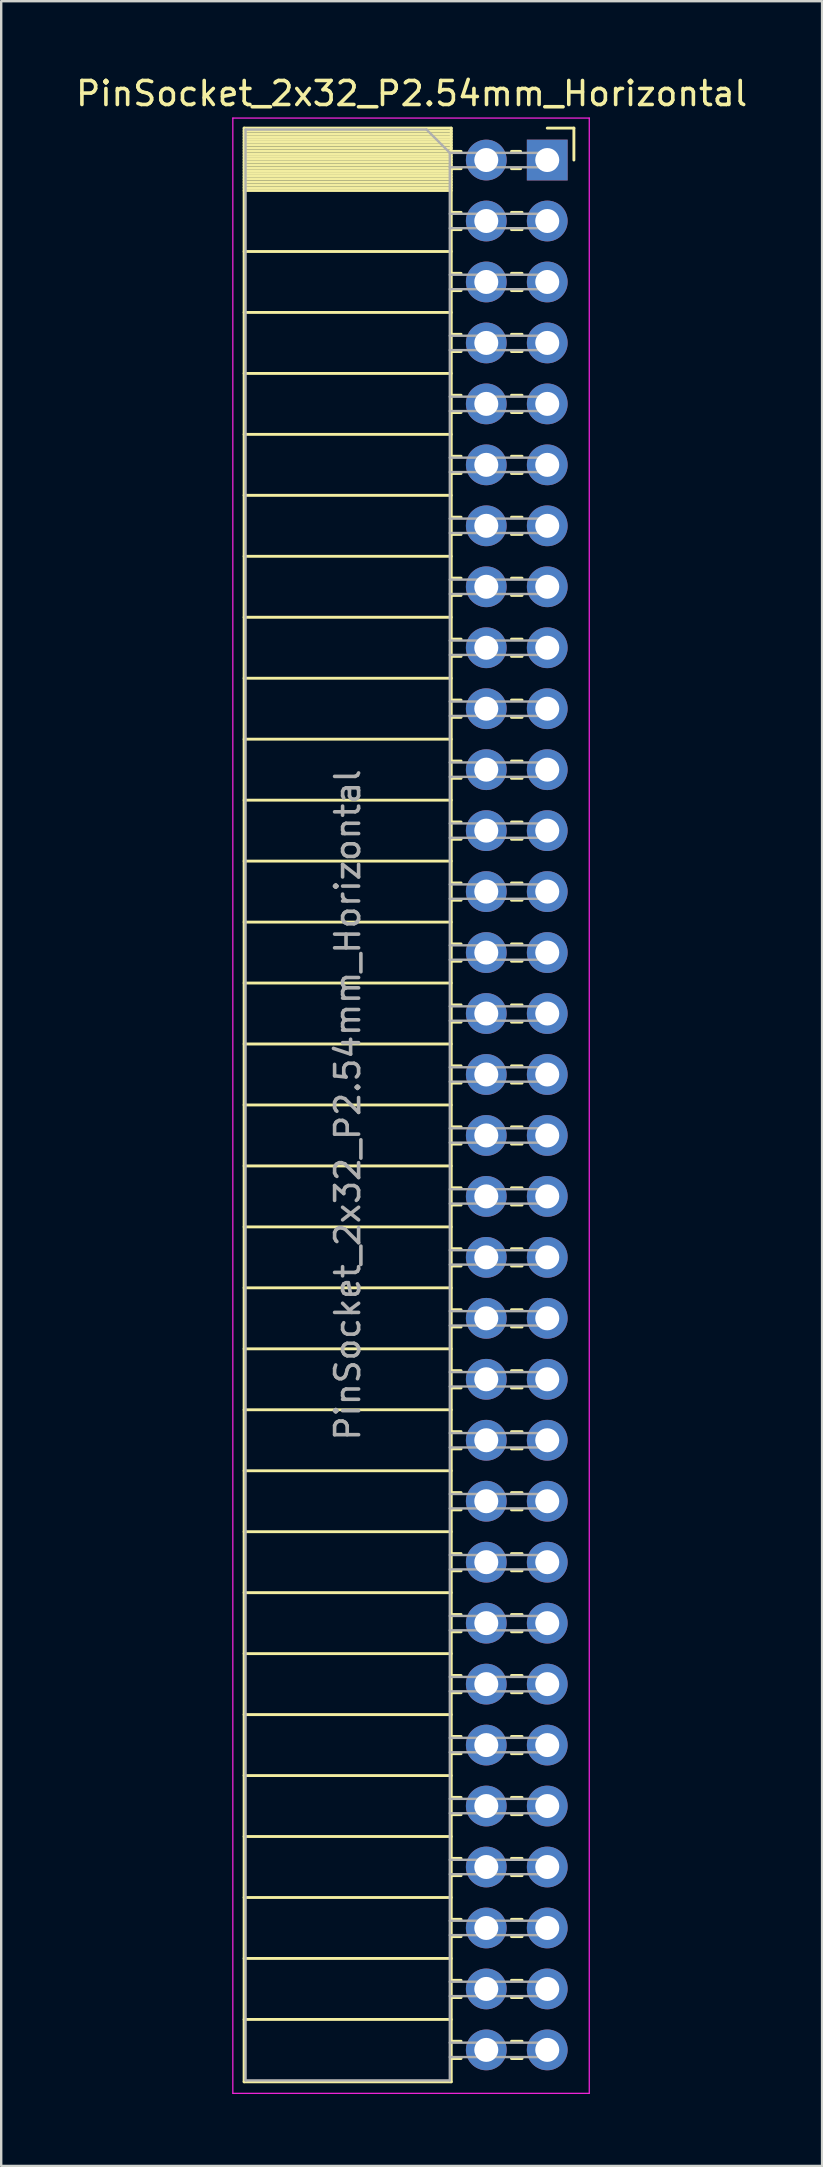
<source format=kicad_pcb>
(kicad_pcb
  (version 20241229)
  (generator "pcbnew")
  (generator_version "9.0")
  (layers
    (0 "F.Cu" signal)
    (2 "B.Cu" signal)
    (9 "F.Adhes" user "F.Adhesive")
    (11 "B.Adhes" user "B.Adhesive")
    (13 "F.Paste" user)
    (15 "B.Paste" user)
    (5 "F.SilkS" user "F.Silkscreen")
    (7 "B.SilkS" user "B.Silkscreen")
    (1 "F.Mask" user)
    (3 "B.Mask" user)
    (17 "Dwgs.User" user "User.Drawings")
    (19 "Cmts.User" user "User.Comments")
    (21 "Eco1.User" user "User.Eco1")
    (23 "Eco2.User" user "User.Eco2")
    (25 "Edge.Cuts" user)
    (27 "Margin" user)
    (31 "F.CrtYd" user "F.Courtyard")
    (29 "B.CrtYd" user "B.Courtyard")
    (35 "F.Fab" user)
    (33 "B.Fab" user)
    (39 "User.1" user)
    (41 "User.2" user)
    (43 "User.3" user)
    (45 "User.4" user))
  (footprint "PinSocket_2x32_P2.54mm_Horizontal"
    (layer "F.Cu")
    (at 19.751 3.618)
    (property "Reference" "PinSocket_2x32_P2.54mm_Horizontal" (at -5.65 -2.77 0) (layer "F.SilkS") (effects (font (size 1 1) (thickness 0.15))))
    (attr through_hole)
    (fp_line (start -12.63 -1.33) (end -12.63 80.07) (stroke (width 0.12) (type solid)) (layer "F.SilkS"))
    (fp_line (start -12.63 -1.33) (end -4 -1.33) (stroke (width 0.12) (type solid)) (layer "F.SilkS"))
    (fp_line (start -12.63 -1.21) (end -4 -1.21) (stroke (width 0.12) (type solid)) (layer "F.SilkS"))
    (fp_line (start -12.63 -1.092) (end -4 -1.092) (stroke (width 0.12) (type solid)) (layer "F.SilkS"))
    (fp_line (start -12.63 -0.974) (end -4 -0.974) (stroke (width 0.12) (type solid)) (layer "F.SilkS"))
    (fp_line (start -12.63 -0.856) (end -4 -0.856) (stroke (width 0.12) (type solid)) (layer "F.SilkS"))
    (fp_line (start -12.63 -0.738) (end -4 -0.738) (stroke (width 0.12) (type solid)) (layer "F.SilkS"))
    (fp_line (start -12.63 -0.62) (end -4 -0.62) (stroke (width 0.12) (type solid)) (layer "F.SilkS"))
    (fp_line (start -12.63 -0.501) (end -4 -0.501) (stroke (width 0.12) (type solid)) (layer "F.SilkS"))
    (fp_line (start -12.63 -0.383) (end -4 -0.383) (stroke (width 0.12) (type solid)) (layer "F.SilkS"))
    (fp_line (start -12.63 -0.265) (end -4 -0.265) (stroke (width 0.12) (type solid)) (layer "F.SilkS"))
    (fp_line (start -12.63 -0.147) (end -4 -0.147) (stroke (width 0.12) (type solid)) (layer "F.SilkS"))
    (fp_line (start -12.63 -0.029) (end -4 -0.029) (stroke (width 0.12) (type solid)) (layer "F.SilkS"))
    (fp_line (start -12.63 0.089) (end -4 0.089) (stroke (width 0.12) (type solid)) (layer "F.SilkS"))
    (fp_line (start -12.63 0.207) (end -4 0.207) (stroke (width 0.12) (type solid)) (layer "F.SilkS"))
    (fp_line (start -12.63 0.325) (end -4 0.325) (stroke (width 0.12) (type solid)) (layer "F.SilkS"))
    (fp_line (start -12.63 0.443) (end -4 0.443) (stroke (width 0.12) (type solid)) (layer "F.SilkS"))
    (fp_line (start -12.63 0.561) (end -4 0.561) (stroke (width 0.12) (type solid)) (layer "F.SilkS"))
    (fp_line (start -12.63 0.68) (end -4 0.68) (stroke (width 0.12) (type solid)) (layer "F.SilkS"))
    (fp_line (start -12.63 0.798) (end -4 0.798) (stroke (width 0.12) (type solid)) (layer "F.SilkS"))
    (fp_line (start -12.63 0.916) (end -4 0.916) (stroke (width 0.12) (type solid)) (layer "F.SilkS"))
    (fp_line (start -12.63 1.034) (end -4 1.034) (stroke (width 0.12) (type solid)) (layer "F.SilkS"))
    (fp_line (start -12.63 1.152) (end -4 1.152) (stroke (width 0.12) (type solid)) (layer "F.SilkS"))
    (fp_line (start -12.63 1.27) (end -4 1.27) (stroke (width 0.12) (type solid)) (layer "F.SilkS"))
    (fp_line (start -12.63 3.81) (end -4 3.81) (stroke (width 0.12) (type solid)) (layer "F.SilkS"))
    (fp_line (start -12.63 6.35) (end -4 6.35) (stroke (width 0.12) (type solid)) (layer "F.SilkS"))
    (fp_line (start -12.63 8.89) (end -4 8.89) (stroke (width 0.12) (type solid)) (layer "F.SilkS"))
    (fp_line (start -12.63 11.43) (end -4 11.43) (stroke (width 0.12) (type solid)) (layer "F.SilkS"))
    (fp_line (start -12.63 13.97) (end -4 13.97) (stroke (width 0.12) (type solid)) (layer "F.SilkS"))
    (fp_line (start -12.63 16.51) (end -4 16.51) (stroke (width 0.12) (type solid)) (layer "F.SilkS"))
    (fp_line (start -12.63 19.05) (end -4 19.05) (stroke (width 0.12) (type solid)) (layer "F.SilkS"))
    (fp_line (start -12.63 21.59) (end -4 21.59) (stroke (width 0.12) (type solid)) (layer "F.SilkS"))
    (fp_line (start -12.63 24.13) (end -4 24.13) (stroke (width 0.12) (type solid)) (layer "F.SilkS"))
    (fp_line (start -12.63 26.67) (end -4 26.67) (stroke (width 0.12) (type solid)) (layer "F.SilkS"))
    (fp_line (start -12.63 29.21) (end -4 29.21) (stroke (width 0.12) (type solid)) (layer "F.SilkS"))
    (fp_line (start -12.63 31.75) (end -4 31.75) (stroke (width 0.12) (type solid)) (layer "F.SilkS"))
    (fp_line (start -12.63 34.29) (end -4 34.29) (stroke (width 0.12) (type solid)) (layer "F.SilkS"))
    (fp_line (start -12.63 36.83) (end -4 36.83) (stroke (width 0.12) (type solid)) (layer "F.SilkS"))
    (fp_line (start -12.63 39.37) (end -4 39.37) (stroke (width 0.12) (type solid)) (layer "F.SilkS"))
    (fp_line (start -12.63 41.91) (end -4 41.91) (stroke (width 0.12) (type solid)) (layer "F.SilkS"))
    (fp_line (start -12.63 44.45) (end -4 44.45) (stroke (width 0.12) (type solid)) (layer "F.SilkS"))
    (fp_line (start -12.63 46.99) (end -4 46.99) (stroke (width 0.12) (type solid)) (layer "F.SilkS"))
    (fp_line (start -12.63 49.53) (end -4 49.53) (stroke (width 0.12) (type solid)) (layer "F.SilkS"))
    (fp_line (start -12.63 52.07) (end -4 52.07) (stroke (width 0.12) (type solid)) (layer "F.SilkS"))
    (fp_line (start -12.63 54.61) (end -4 54.61) (stroke (width 0.12) (type solid)) (layer "F.SilkS"))
    (fp_line (start -12.63 57.15) (end -4 57.15) (stroke (width 0.12) (type solid)) (layer "F.SilkS"))
    (fp_line (start -12.63 59.69) (end -4 59.69) (stroke (width 0.12) (type solid)) (layer "F.SilkS"))
    (fp_line (start -12.63 62.23) (end -4 62.23) (stroke (width 0.12) (type solid)) (layer "F.SilkS"))
    (fp_line (start -12.63 64.77) (end -4 64.77) (stroke (width 0.12) (type solid)) (layer "F.SilkS"))
    (fp_line (start -12.63 67.31) (end -4 67.31) (stroke (width 0.12) (type solid)) (layer "F.SilkS"))
    (fp_line (start -12.63 69.85) (end -4 69.85) (stroke (width 0.12) (type solid)) (layer "F.SilkS"))
    (fp_line (start -12.63 72.39) (end -4 72.39) (stroke (width 0.12) (type solid)) (layer "F.SilkS"))
    (fp_line (start -12.63 74.93) (end -4 74.93) (stroke (width 0.12) (type solid)) (layer "F.SilkS"))
    (fp_line (start -12.63 77.47) (end -4 77.47) (stroke (width 0.12) (type solid)) (layer "F.SilkS"))
    (fp_line (start -12.63 80.07) (end -4 80.07) (stroke (width 0.12) (type solid)) (layer "F.SilkS"))
    (fp_line (start -4 -1.33) (end -4 80.07) (stroke (width 0.12) (type solid)) (layer "F.SilkS"))
    (fp_line (start -4 -0.36) (end -3.59 -0.36) (stroke (width 0.12) (type solid)) (layer "F.SilkS"))
    (fp_line (start -4 0.36) (end -3.59 0.36) (stroke (width 0.12) (type solid)) (layer "F.SilkS"))
    (fp_line (start -4 2.18) (end -3.59 2.18) (stroke (width 0.12) (type solid)) (layer "F.SilkS"))
    (fp_line (start -4 2.9) (end -3.59 2.9) (stroke (width 0.12) (type solid)) (layer "F.SilkS"))
    (fp_line (start -4 4.72) (end -3.59 4.72) (stroke (width 0.12) (type solid)) (layer "F.SilkS"))
    (fp_line (start -4 5.44) (end -3.59 5.44) (stroke (width 0.12) (type solid)) (layer "F.SilkS"))
    (fp_line (start -4 7.26) (end -3.59 7.26) (stroke (width 0.12) (type solid)) (layer "F.SilkS"))
    (fp_line (start -4 7.98) (end -3.59 7.98) (stroke (width 0.12) (type solid)) (layer "F.SilkS"))
    (fp_line (start -4 9.8) (end -3.59 9.8) (stroke (width 0.12) (type solid)) (layer "F.SilkS"))
    (fp_line (start -4 10.52) (end -3.59 10.52) (stroke (width 0.12) (type solid)) (layer "F.SilkS"))
    (fp_line (start -4 12.34) (end -3.59 12.34) (stroke (width 0.12) (type solid)) (layer "F.SilkS"))
    (fp_line (start -4 13.06) (end -3.59 13.06) (stroke (width 0.12) (type solid)) (layer "F.SilkS"))
    (fp_line (start -4 14.88) (end -3.59 14.88) (stroke (width 0.12) (type solid)) (layer "F.SilkS"))
    (fp_line (start -4 15.6) (end -3.59 15.6) (stroke (width 0.12) (type solid)) (layer "F.SilkS"))
    (fp_line (start -4 17.42) (end -3.59 17.42) (stroke (width 0.12) (type solid)) (layer "F.SilkS"))
    (fp_line (start -4 18.14) (end -3.59 18.14) (stroke (width 0.12) (type solid)) (layer "F.SilkS"))
    (fp_line (start -4 19.96) (end -3.59 19.96) (stroke (width 0.12) (type solid)) (layer "F.SilkS"))
    (fp_line (start -4 20.68) (end -3.59 20.68) (stroke (width 0.12) (type solid)) (layer "F.SilkS"))
    (fp_line (start -4 22.5) (end -3.59 22.5) (stroke (width 0.12) (type solid)) (layer "F.SilkS"))
    (fp_line (start -4 23.22) (end -3.59 23.22) (stroke (width 0.12) (type solid)) (layer "F.SilkS"))
    (fp_line (start -4 25.04) (end -3.59 25.04) (stroke (width 0.12) (type solid)) (layer "F.SilkS"))
    (fp_line (start -4 25.76) (end -3.59 25.76) (stroke (width 0.12) (type solid)) (layer "F.SilkS"))
    (fp_line (start -4 27.58) (end -3.59 27.58) (stroke (width 0.12) (type solid)) (layer "F.SilkS"))
    (fp_line (start -4 28.3) (end -3.59 28.3) (stroke (width 0.12) (type solid)) (layer "F.SilkS"))
    (fp_line (start -4 30.12) (end -3.59 30.12) (stroke (width 0.12) (type solid)) (layer "F.SilkS"))
    (fp_line (start -4 30.84) (end -3.59 30.84) (stroke (width 0.12) (type solid)) (layer "F.SilkS"))
    (fp_line (start -4 32.66) (end -3.59 32.66) (stroke (width 0.12) (type solid)) (layer "F.SilkS"))
    (fp_line (start -4 33.38) (end -3.59 33.38) (stroke (width 0.12) (type solid)) (layer "F.SilkS"))
    (fp_line (start -4 35.2) (end -3.59 35.2) (stroke (width 0.12) (type solid)) (layer "F.SilkS"))
    (fp_line (start -4 35.92) (end -3.59 35.92) (stroke (width 0.12) (type solid)) (layer "F.SilkS"))
    (fp_line (start -4 37.74) (end -3.59 37.74) (stroke (width 0.12) (type solid)) (layer "F.SilkS"))
    (fp_line (start -4 38.46) (end -3.59 38.46) (stroke (width 0.12) (type solid)) (layer "F.SilkS"))
    (fp_line (start -4 40.28) (end -3.59 40.28) (stroke (width 0.12) (type solid)) (layer "F.SilkS"))
    (fp_line (start -4 41) (end -3.59 41) (stroke (width 0.12) (type solid)) (layer "F.SilkS"))
    (fp_line (start -4 42.82) (end -3.59 42.82) (stroke (width 0.12) (type solid)) (layer "F.SilkS"))
    (fp_line (start -4 43.54) (end -3.59 43.54) (stroke (width 0.12) (type solid)) (layer "F.SilkS"))
    (fp_line (start -4 45.36) (end -3.59 45.36) (stroke (width 0.12) (type solid)) (layer "F.SilkS"))
    (fp_line (start -4 46.08) (end -3.59 46.08) (stroke (width 0.12) (type solid)) (layer "F.SilkS"))
    (fp_line (start -4 47.9) (end -3.59 47.9) (stroke (width 0.12) (type solid)) (layer "F.SilkS"))
    (fp_line (start -4 48.62) (end -3.59 48.62) (stroke (width 0.12) (type solid)) (layer "F.SilkS"))
    (fp_line (start -4 50.44) (end -3.59 50.44) (stroke (width 0.12) (type solid)) (layer "F.SilkS"))
    (fp_line (start -4 51.16) (end -3.59 51.16) (stroke (width 0.12) (type solid)) (layer "F.SilkS"))
    (fp_line (start -4 52.98) (end -3.59 52.98) (stroke (width 0.12) (type solid)) (layer "F.SilkS"))
    (fp_line (start -4 53.7) (end -3.59 53.7) (stroke (width 0.12) (type solid)) (layer "F.SilkS"))
    (fp_line (start -4 55.52) (end -3.59 55.52) (stroke (width 0.12) (type solid)) (layer "F.SilkS"))
    (fp_line (start -4 56.24) (end -3.59 56.24) (stroke (width 0.12) (type solid)) (layer "F.SilkS"))
    (fp_line (start -4 58.06) (end -3.59 58.06) (stroke (width 0.12) (type solid)) (layer "F.SilkS"))
    (fp_line (start -4 58.78) (end -3.59 58.78) (stroke (width 0.12) (type solid)) (layer "F.SilkS"))
    (fp_line (start -4 60.6) (end -3.59 60.6) (stroke (width 0.12) (type solid)) (layer "F.SilkS"))
    (fp_line (start -4 61.32) (end -3.59 61.32) (stroke (width 0.12) (type solid)) (layer "F.SilkS"))
    (fp_line (start -4 63.14) (end -3.59 63.14) (stroke (width 0.12) (type solid)) (layer "F.SilkS"))
    (fp_line (start -4 63.86) (end -3.59 63.86) (stroke (width 0.12) (type solid)) (layer "F.SilkS"))
    (fp_line (start -4 65.68) (end -3.59 65.68) (stroke (width 0.12) (type solid)) (layer "F.SilkS"))
    (fp_line (start -4 66.4) (end -3.59 66.4) (stroke (width 0.12) (type solid)) (layer "F.SilkS"))
    (fp_line (start -4 68.22) (end -3.59 68.22) (stroke (width 0.12) (type solid)) (layer "F.SilkS"))
    (fp_line (start -4 68.94) (end -3.59 68.94) (stroke (width 0.12) (type solid)) (layer "F.SilkS"))
    (fp_line (start -4 70.76) (end -3.59 70.76) (stroke (width 0.12) (type solid)) (layer "F.SilkS"))
    (fp_line (start -4 71.48) (end -3.59 71.48) (stroke (width 0.12) (type solid)) (layer "F.SilkS"))
    (fp_line (start -4 73.3) (end -3.59 73.3) (stroke (width 0.12) (type solid)) (layer "F.SilkS"))
    (fp_line (start -4 74.02) (end -3.59 74.02) (stroke (width 0.12) (type solid)) (layer "F.SilkS"))
    (fp_line (start -4 75.84) (end -3.59 75.84) (stroke (width 0.12) (type solid)) (layer "F.SilkS"))
    (fp_line (start -4 76.56) (end -3.59 76.56) (stroke (width 0.12) (type solid)) (layer "F.SilkS"))
    (fp_line (start -4 78.38) (end -3.59 78.38) (stroke (width 0.12) (type solid)) (layer "F.SilkS"))
    (fp_line (start -4 79.1) (end -3.59 79.1) (stroke (width 0.12) (type solid)) (layer "F.SilkS"))
    (fp_line (start -1.49 -0.36) (end -1.11 -0.36) (stroke (width 0.12) (type solid)) (layer "F.SilkS"))
    (fp_line (start -1.49 0.36) (end -1.11 0.36) (stroke (width 0.12) (type solid)) (layer "F.SilkS"))
    (fp_line (start -1.49 2.18) (end -1.05 2.18) (stroke (width 0.12) (type solid)) (layer "F.SilkS"))
    (fp_line (start -1.49 2.9) (end -1.05 2.9) (stroke (width 0.12) (type solid)) (layer "F.SilkS"))
    (fp_line (start -1.49 4.72) (end -1.05 4.72) (stroke (width 0.12) (type solid)) (layer "F.SilkS"))
    (fp_line (start -1.49 5.44) (end -1.05 5.44) (stroke (width 0.12) (type solid)) (layer "F.SilkS"))
    (fp_line (start -1.49 7.26) (end -1.05 7.26) (stroke (width 0.12) (type solid)) (layer "F.SilkS"))
    (fp_line (start -1.49 7.98) (end -1.05 7.98) (stroke (width 0.12) (type solid)) (layer "F.SilkS"))
    (fp_line (start -1.49 9.8) (end -1.05 9.8) (stroke (width 0.12) (type solid)) (layer "F.SilkS"))
    (fp_line (start -1.49 10.52) (end -1.05 10.52) (stroke (width 0.12) (type solid)) (layer "F.SilkS"))
    (fp_line (start -1.49 12.34) (end -1.05 12.34) (stroke (width 0.12) (type solid)) (layer "F.SilkS"))
    (fp_line (start -1.49 13.06) (end -1.05 13.06) (stroke (width 0.12) (type solid)) (layer "F.SilkS"))
    (fp_line (start -1.49 14.88) (end -1.05 14.88) (stroke (width 0.12) (type solid)) (layer "F.SilkS"))
    (fp_line (start -1.49 15.6) (end -1.05 15.6) (stroke (width 0.12) (type solid)) (layer "F.SilkS"))
    (fp_line (start -1.49 17.42) (end -1.05 17.42) (stroke (width 0.12) (type solid)) (layer "F.SilkS"))
    (fp_line (start -1.49 18.14) (end -1.05 18.14) (stroke (width 0.12) (type solid)) (layer "F.SilkS"))
    (fp_line (start -1.49 19.96) (end -1.05 19.96) (stroke (width 0.12) (type solid)) (layer "F.SilkS"))
    (fp_line (start -1.49 20.68) (end -1.05 20.68) (stroke (width 0.12) (type solid)) (layer "F.SilkS"))
    (fp_line (start -1.49 22.5) (end -1.05 22.5) (stroke (width 0.12) (type solid)) (layer "F.SilkS"))
    (fp_line (start -1.49 23.22) (end -1.05 23.22) (stroke (width 0.12) (type solid)) (layer "F.SilkS"))
    (fp_line (start -1.49 25.04) (end -1.05 25.04) (stroke (width 0.12) (type solid)) (layer "F.SilkS"))
    (fp_line (start -1.49 25.76) (end -1.05 25.76) (stroke (width 0.12) (type solid)) (layer "F.SilkS"))
    (fp_line (start -1.49 27.58) (end -1.05 27.58) (stroke (width 0.12) (type solid)) (layer "F.SilkS"))
    (fp_line (start -1.49 28.3) (end -1.05 28.3) (stroke (width 0.12) (type solid)) (layer "F.SilkS"))
    (fp_line (start -1.49 30.12) (end -1.05 30.12) (stroke (width 0.12) (type solid)) (layer "F.SilkS"))
    (fp_line (start -1.49 30.84) (end -1.05 30.84) (stroke (width 0.12) (type solid)) (layer "F.SilkS"))
    (fp_line (start -1.49 32.66) (end -1.05 32.66) (stroke (width 0.12) (type solid)) (layer "F.SilkS"))
    (fp_line (start -1.49 33.38) (end -1.05 33.38) (stroke (width 0.12) (type solid)) (layer "F.SilkS"))
    (fp_line (start -1.49 35.2) (end -1.05 35.2) (stroke (width 0.12) (type solid)) (layer "F.SilkS"))
    (fp_line (start -1.49 35.92) (end -1.05 35.92) (stroke (width 0.12) (type solid)) (layer "F.SilkS"))
    (fp_line (start -1.49 37.74) (end -1.05 37.74) (stroke (width 0.12) (type solid)) (layer "F.SilkS"))
    (fp_line (start -1.49 38.46) (end -1.05 38.46) (stroke (width 0.12) (type solid)) (layer "F.SilkS"))
    (fp_line (start -1.49 40.28) (end -1.05 40.28) (stroke (width 0.12) (type solid)) (layer "F.SilkS"))
    (fp_line (start -1.49 41) (end -1.05 41) (stroke (width 0.12) (type solid)) (layer "F.SilkS"))
    (fp_line (start -1.49 42.82) (end -1.05 42.82) (stroke (width 0.12) (type solid)) (layer "F.SilkS"))
    (fp_line (start -1.49 43.54) (end -1.05 43.54) (stroke (width 0.12) (type solid)) (layer "F.SilkS"))
    (fp_line (start -1.49 45.36) (end -1.05 45.36) (stroke (width 0.12) (type solid)) (layer "F.SilkS"))
    (fp_line (start -1.49 46.08) (end -1.05 46.08) (stroke (width 0.12) (type solid)) (layer "F.SilkS"))
    (fp_line (start -1.49 47.9) (end -1.05 47.9) (stroke (width 0.12) (type solid)) (layer "F.SilkS"))
    (fp_line (start -1.49 48.62) (end -1.05 48.62) (stroke (width 0.12) (type solid)) (layer "F.SilkS"))
    (fp_line (start -1.49 50.44) (end -1.05 50.44) (stroke (width 0.12) (type solid)) (layer "F.SilkS"))
    (fp_line (start -1.49 51.16) (end -1.05 51.16) (stroke (width 0.12) (type solid)) (layer "F.SilkS"))
    (fp_line (start -1.49 52.98) (end -1.05 52.98) (stroke (width 0.12) (type solid)) (layer "F.SilkS"))
    (fp_line (start -1.49 53.7) (end -1.05 53.7) (stroke (width 0.12) (type solid)) (layer "F.SilkS"))
    (fp_line (start -1.49 55.52) (end -1.05 55.52) (stroke (width 0.12) (type solid)) (layer "F.SilkS"))
    (fp_line (start -1.49 56.24) (end -1.05 56.24) (stroke (width 0.12) (type solid)) (layer "F.SilkS"))
    (fp_line (start -1.49 58.06) (end -1.05 58.06) (stroke (width 0.12) (type solid)) (layer "F.SilkS"))
    (fp_line (start -1.49 58.78) (end -1.05 58.78) (stroke (width 0.12) (type solid)) (layer "F.SilkS"))
    (fp_line (start -1.49 60.6) (end -1.05 60.6) (stroke (width 0.12) (type solid)) (layer "F.SilkS"))
    (fp_line (start -1.49 61.32) (end -1.05 61.32) (stroke (width 0.12) (type solid)) (layer "F.SilkS"))
    (fp_line (start -1.49 63.14) (end -1.05 63.14) (stroke (width 0.12) (type solid)) (layer "F.SilkS"))
    (fp_line (start -1.49 63.86) (end -1.05 63.86) (stroke (width 0.12) (type solid)) (layer "F.SilkS"))
    (fp_line (start -1.49 65.68) (end -1.05 65.68) (stroke (width 0.12) (type solid)) (layer "F.SilkS"))
    (fp_line (start -1.49 66.4) (end -1.05 66.4) (stroke (width 0.12) (type solid)) (layer "F.SilkS"))
    (fp_line (start -1.49 68.22) (end -1.05 68.22) (stroke (width 0.12) (type solid)) (layer "F.SilkS"))
    (fp_line (start -1.49 68.94) (end -1.05 68.94) (stroke (width 0.12) (type solid)) (layer "F.SilkS"))
    (fp_line (start -1.49 70.76) (end -1.05 70.76) (stroke (width 0.12) (type solid)) (layer "F.SilkS"))
    (fp_line (start -1.49 71.48) (end -1.05 71.48) (stroke (width 0.12) (type solid)) (layer "F.SilkS"))
    (fp_line (start -1.49 73.3) (end -1.05 73.3) (stroke (width 0.12) (type solid)) (layer "F.SilkS"))
    (fp_line (start -1.49 74.02) (end -1.05 74.02) (stroke (width 0.12) (type solid)) (layer "F.SilkS"))
    (fp_line (start -1.49 75.84) (end -1.05 75.84) (stroke (width 0.12) (type solid)) (layer "F.SilkS"))
    (fp_line (start -1.49 76.56) (end -1.05 76.56) (stroke (width 0.12) (type solid)) (layer "F.SilkS"))
    (fp_line (start -1.49 78.38) (end -1.05 78.38) (stroke (width 0.12) (type solid)) (layer "F.SilkS"))
    (fp_line (start -1.49 79.1) (end -1.05 79.1) (stroke (width 0.12) (type solid)) (layer "F.SilkS"))
    (fp_line (start 0 -1.33) (end 1.11 -1.33) (stroke (width 0.12) (type solid)) (layer "F.SilkS"))
    (fp_line (start 1.11 -1.33) (end 1.11 0) (stroke (width 0.12) (type solid)) (layer "F.SilkS"))
    (fp_line (start -13.1 -1.75) (end -13.1 80.55) (stroke (width 0.05) (type solid)) (layer "F.CrtYd"))
    (fp_line (start -13.1 80.55) (end 1.75 80.55) (stroke (width 0.05) (type solid)) (layer "F.CrtYd"))
    (fp_line (start 1.75 -1.75) (end -13.1 -1.75) (stroke (width 0.05) (type solid)) (layer "F.CrtYd"))
    (fp_line (start 1.75 80.55) (end 1.75 -1.75) (stroke (width 0.05) (type solid)) (layer "F.CrtYd"))
    (fp_line (start -12.57 -1.27) (end -5.03 -1.27) (stroke (width 0.1) (type solid)) (layer "F.Fab"))
    (fp_line (start -12.57 80.01) (end -12.57 -1.27) (stroke (width 0.1) (type solid)) (layer "F.Fab"))
    (fp_line (start -5.03 -1.27) (end -4.06 -0.3) (stroke (width 0.1) (type solid)) (layer "F.Fab"))
    (fp_line (start -4.06 -0.3) (end -4.06 80.01) (stroke (width 0.1) (type solid)) (layer "F.Fab"))
    (fp_line (start -4.06 0.3) (end 0 0.3) (stroke (width 0.1) (type solid)) (layer "F.Fab"))
    (fp_line (start -4.06 2.84) (end 0 2.84) (stroke (width 0.1) (type solid)) (layer "F.Fab"))
    (fp_line (start -4.06 5.38) (end 0 5.38) (stroke (width 0.1) (type solid)) (layer "F.Fab"))
    (fp_line (start -4.06 7.92) (end 0 7.92) (stroke (width 0.1) (type solid)) (layer "F.Fab"))
    (fp_line (start -4.06 10.46) (end 0 10.46) (stroke (width 0.1) (type solid)) (layer "F.Fab"))
    (fp_line (start -4.06 13) (end 0 13) (stroke (width 0.1) (type solid)) (layer "F.Fab"))
    (fp_line (start -4.06 15.54) (end 0 15.54) (stroke (width 0.1) (type solid)) (layer "F.Fab"))
    (fp_line (start -4.06 18.08) (end 0 18.08) (stroke (width 0.1) (type solid)) (layer "F.Fab"))
    (fp_line (start -4.06 20.62) (end 0 20.62) (stroke (width 0.1) (type solid)) (layer "F.Fab"))
    (fp_line (start -4.06 23.16) (end 0 23.16) (stroke (width 0.1) (type solid)) (layer "F.Fab"))
    (fp_line (start -4.06 25.7) (end 0 25.7) (stroke (width 0.1) (type solid)) (layer "F.Fab"))
    (fp_line (start -4.06 28.24) (end 0 28.24) (stroke (width 0.1) (type solid)) (layer "F.Fab"))
    (fp_line (start -4.06 30.78) (end 0 30.78) (stroke (width 0.1) (type solid)) (layer "F.Fab"))
    (fp_line (start -4.06 33.32) (end 0 33.32) (stroke (width 0.1) (type solid)) (layer "F.Fab"))
    (fp_line (start -4.06 35.86) (end 0 35.86) (stroke (width 0.1) (type solid)) (layer "F.Fab"))
    (fp_line (start -4.06 38.4) (end 0 38.4) (stroke (width 0.1) (type solid)) (layer "F.Fab"))
    (fp_line (start -4.06 40.94) (end 0 40.94) (stroke (width 0.1) (type solid)) (layer "F.Fab"))
    (fp_line (start -4.06 43.48) (end 0 43.48) (stroke (width 0.1) (type solid)) (layer "F.Fab"))
    (fp_line (start -4.06 46.02) (end 0 46.02) (stroke (width 0.1) (type solid)) (layer "F.Fab"))
    (fp_line (start -4.06 48.56) (end 0 48.56) (stroke (width 0.1) (type solid)) (layer "F.Fab"))
    (fp_line (start -4.06 51.1) (end 0 51.1) (stroke (width 0.1) (type solid)) (layer "F.Fab"))
    (fp_line (start -4.06 53.64) (end 0 53.64) (stroke (width 0.1) (type solid)) (layer "F.Fab"))
    (fp_line (start -4.06 56.18) (end 0 56.18) (stroke (width 0.1) (type solid)) (layer "F.Fab"))
    (fp_line (start -4.06 58.72) (end 0 58.72) (stroke (width 0.1) (type solid)) (layer "F.Fab"))
    (fp_line (start -4.06 61.26) (end 0 61.26) (stroke (width 0.1) (type solid)) (layer "F.Fab"))
    (fp_line (start -4.06 63.8) (end 0 63.8) (stroke (width 0.1) (type solid)) (layer "F.Fab"))
    (fp_line (start -4.06 66.34) (end 0 66.34) (stroke (width 0.1) (type solid)) (layer "F.Fab"))
    (fp_line (start -4.06 68.88) (end 0 68.88) (stroke (width 0.1) (type solid)) (layer "F.Fab"))
    (fp_line (start -4.06 71.42) (end 0 71.42) (stroke (width 0.1) (type solid)) (layer "F.Fab"))
    (fp_line (start -4.06 73.96) (end 0 73.96) (stroke (width 0.1) (type solid)) (layer "F.Fab"))
    (fp_line (start -4.06 76.5) (end 0 76.5) (stroke (width 0.1) (type solid)) (layer "F.Fab"))
    (fp_line (start -4.06 79.04) (end 0 79.04) (stroke (width 0.1) (type solid)) (layer "F.Fab"))
    (fp_line (start -4.06 80.01) (end -12.57 80.01) (stroke (width 0.1) (type solid)) (layer "F.Fab"))
    (fp_line (start 0 -0.3) (end -4.06 -0.3) (stroke (width 0.1) (type solid)) (layer "F.Fab"))
    (fp_line (start 0 0.3) (end 0 -0.3) (stroke (width 0.1) (type solid)) (layer "F.Fab"))
    (fp_line (start 0 2.24) (end -4.06 2.24) (stroke (width 0.1) (type solid)) (layer "F.Fab"))
    (fp_line (start 0 2.84) (end 0 2.24) (stroke (width 0.1) (type solid)) (layer "F.Fab"))
    (fp_line (start 0 4.78) (end -4.06 4.78) (stroke (width 0.1) (type solid)) (layer "F.Fab"))
    (fp_line (start 0 5.38) (end 0 4.78) (stroke (width 0.1) (type solid)) (layer "F.Fab"))
    (fp_line (start 0 7.32) (end -4.06 7.32) (stroke (width 0.1) (type solid)) (layer "F.Fab"))
    (fp_line (start 0 7.92) (end 0 7.32) (stroke (width 0.1) (type solid)) (layer "F.Fab"))
    (fp_line (start 0 9.86) (end -4.06 9.86) (stroke (width 0.1) (type solid)) (layer "F.Fab"))
    (fp_line (start 0 10.46) (end 0 9.86) (stroke (width 0.1) (type solid)) (layer "F.Fab"))
    (fp_line (start 0 12.4) (end -4.06 12.4) (stroke (width 0.1) (type solid)) (layer "F.Fab"))
    (fp_line (start 0 13) (end 0 12.4) (stroke (width 0.1) (type solid)) (layer "F.Fab"))
    (fp_line (start 0 14.94) (end -4.06 14.94) (stroke (width 0.1) (type solid)) (layer "F.Fab"))
    (fp_line (start 0 15.54) (end 0 14.94) (stroke (width 0.1) (type solid)) (layer "F.Fab"))
    (fp_line (start 0 17.48) (end -4.06 17.48) (stroke (width 0.1) (type solid)) (layer "F.Fab"))
    (fp_line (start 0 18.08) (end 0 17.48) (stroke (width 0.1) (type solid)) (layer "F.Fab"))
    (fp_line (start 0 20.02) (end -4.06 20.02) (stroke (width 0.1) (type solid)) (layer "F.Fab"))
    (fp_line (start 0 20.62) (end 0 20.02) (stroke (width 0.1) (type solid)) (layer "F.Fab"))
    (fp_line (start 0 22.56) (end -4.06 22.56) (stroke (width 0.1) (type solid)) (layer "F.Fab"))
    (fp_line (start 0 23.16) (end 0 22.56) (stroke (width 0.1) (type solid)) (layer "F.Fab"))
    (fp_line (start 0 25.1) (end -4.06 25.1) (stroke (width 0.1) (type solid)) (layer "F.Fab"))
    (fp_line (start 0 25.7) (end 0 25.1) (stroke (width 0.1) (type solid)) (layer "F.Fab"))
    (fp_line (start 0 27.64) (end -4.06 27.64) (stroke (width 0.1) (type solid)) (layer "F.Fab"))
    (fp_line (start 0 28.24) (end 0 27.64) (stroke (width 0.1) (type solid)) (layer "F.Fab"))
    (fp_line (start 0 30.18) (end -4.06 30.18) (stroke (width 0.1) (type solid)) (layer "F.Fab"))
    (fp_line (start 0 30.78) (end 0 30.18) (stroke (width 0.1) (type solid)) (layer "F.Fab"))
    (fp_line (start 0 32.72) (end -4.06 32.72) (stroke (width 0.1) (type solid)) (layer "F.Fab"))
    (fp_line (start 0 33.32) (end 0 32.72) (stroke (width 0.1) (type solid)) (layer "F.Fab"))
    (fp_line (start 0 35.26) (end -4.06 35.26) (stroke (width 0.1) (type solid)) (layer "F.Fab"))
    (fp_line (start 0 35.86) (end 0 35.26) (stroke (width 0.1) (type solid)) (layer "F.Fab"))
    (fp_line (start 0 37.8) (end -4.06 37.8) (stroke (width 0.1) (type solid)) (layer "F.Fab"))
    (fp_line (start 0 38.4) (end 0 37.8) (stroke (width 0.1) (type solid)) (layer "F.Fab"))
    (fp_line (start 0 40.34) (end -4.06 40.34) (stroke (width 0.1) (type solid)) (layer "F.Fab"))
    (fp_line (start 0 40.94) (end 0 40.34) (stroke (width 0.1) (type solid)) (layer "F.Fab"))
    (fp_line (start 0 42.88) (end -4.06 42.88) (stroke (width 0.1) (type solid)) (layer "F.Fab"))
    (fp_line (start 0 43.48) (end 0 42.88) (stroke (width 0.1) (type solid)) (layer "F.Fab"))
    (fp_line (start 0 45.42) (end -4.06 45.42) (stroke (width 0.1) (type solid)) (layer "F.Fab"))
    (fp_line (start 0 46.02) (end 0 45.42) (stroke (width 0.1) (type solid)) (layer "F.Fab"))
    (fp_line (start 0 47.96) (end -4.06 47.96) (stroke (width 0.1) (type solid)) (layer "F.Fab"))
    (fp_line (start 0 48.56) (end 0 47.96) (stroke (width 0.1) (type solid)) (layer "F.Fab"))
    (fp_line (start 0 50.5) (end -4.06 50.5) (stroke (width 0.1) (type solid)) (layer "F.Fab"))
    (fp_line (start 0 51.1) (end 0 50.5) (stroke (width 0.1) (type solid)) (layer "F.Fab"))
    (fp_line (start 0 53.04) (end -4.06 53.04) (stroke (width 0.1) (type solid)) (layer "F.Fab"))
    (fp_line (start 0 53.64) (end 0 53.04) (stroke (width 0.1) (type solid)) (layer "F.Fab"))
    (fp_line (start 0 55.58) (end -4.06 55.58) (stroke (width 0.1) (type solid)) (layer "F.Fab"))
    (fp_line (start 0 56.18) (end 0 55.58) (stroke (width 0.1) (type solid)) (layer "F.Fab"))
    (fp_line (start 0 58.12) (end -4.06 58.12) (stroke (width 0.1) (type solid)) (layer "F.Fab"))
    (fp_line (start 0 58.72) (end 0 58.12) (stroke (width 0.1) (type solid)) (layer "F.Fab"))
    (fp_line (start 0 60.66) (end -4.06 60.66) (stroke (width 0.1) (type solid)) (layer "F.Fab"))
    (fp_line (start 0 61.26) (end 0 60.66) (stroke (width 0.1) (type solid)) (layer "F.Fab"))
    (fp_line (start 0 63.2) (end -4.06 63.2) (stroke (width 0.1) (type solid)) (layer "F.Fab"))
    (fp_line (start 0 63.8) (end 0 63.2) (stroke (width 0.1) (type solid)) (layer "F.Fab"))
    (fp_line (start 0 65.74) (end -4.06 65.74) (stroke (width 0.1) (type solid)) (layer "F.Fab"))
    (fp_line (start 0 66.34) (end 0 65.74) (stroke (width 0.1) (type solid)) (layer "F.Fab"))
    (fp_line (start 0 68.28) (end -4.06 68.28) (stroke (width 0.1) (type solid)) (layer "F.Fab"))
    (fp_line (start 0 68.88) (end 0 68.28) (stroke (width 0.1) (type solid)) (layer "F.Fab"))
    (fp_line (start 0 70.82) (end -4.06 70.82) (stroke (width 0.1) (type solid)) (layer "F.Fab"))
    (fp_line (start 0 71.42) (end 0 70.82) (stroke (width 0.1) (type solid)) (layer "F.Fab"))
    (fp_line (start 0 73.36) (end -4.06 73.36) (stroke (width 0.1) (type solid)) (layer "F.Fab"))
    (fp_line (start 0 73.96) (end 0 73.36) (stroke (width 0.1) (type solid)) (layer "F.Fab"))
    (fp_line (start 0 75.9) (end -4.06 75.9) (stroke (width 0.1) (type solid)) (layer "F.Fab"))
    (fp_line (start 0 76.5) (end 0 75.9) (stroke (width 0.1) (type solid)) (layer "F.Fab"))
    (fp_line (start 0 78.44) (end -4.06 78.44) (stroke (width 0.1) (type solid)) (layer "F.Fab"))
    (fp_line (start 0 79.04) (end 0 78.44) (stroke (width 0.1) (type solid)) (layer "F.Fab"))
    (fp_text user "${REFERENCE}" (at -8.315 39.37 90) (layer "F.Fab") (effects (font (size 1 1) (thickness 0.15))))
    (pad "1" thru_hole rect (at 0 0) (size 1.7 1.7) (drill 1) (layers "*.Cu" "*.Mask"))
    (pad "2" thru_hole circle (at -2.54 0) (size 1.7 1.7) (drill 1) (layers "*.Cu" "*.Mask"))
    (pad "3" thru_hole circle (at 0 2.54) (size 1.7 1.7) (drill 1) (layers "*.Cu" "*.Mask"))
    (pad "4" thru_hole circle (at -2.54 2.54) (size 1.7 1.7) (drill 1) (layers "*.Cu" "*.Mask"))
    (pad "5" thru_hole circle (at 0 5.08) (size 1.7 1.7) (drill 1) (layers "*.Cu" "*.Mask"))
    (pad "6" thru_hole circle (at -2.54 5.08) (size 1.7 1.7) (drill 1) (layers "*.Cu" "*.Mask"))
    (pad "7" thru_hole circle (at 0 7.62) (size 1.7 1.7) (drill 1) (layers "*.Cu" "*.Mask"))
    (pad "8" thru_hole circle (at -2.54 7.62) (size 1.7 1.7) (drill 1) (layers "*.Cu" "*.Mask"))
    (pad "9" thru_hole circle (at 0 10.16) (size 1.7 1.7) (drill 1) (layers "*.Cu" "*.Mask"))
    (pad "10" thru_hole circle (at -2.54 10.16) (size 1.7 1.7) (drill 1) (layers "*.Cu" "*.Mask"))
    (pad "11" thru_hole circle (at 0 12.7) (size 1.7 1.7) (drill 1) (layers "*.Cu" "*.Mask"))
    (pad "12" thru_hole circle (at -2.54 12.7) (size 1.7 1.7) (drill 1) (layers "*.Cu" "*.Mask"))
    (pad "13" thru_hole circle (at 0 15.24) (size 1.7 1.7) (drill 1) (layers "*.Cu" "*.Mask"))
    (pad "14" thru_hole circle (at -2.54 15.24) (size 1.7 1.7) (drill 1) (layers "*.Cu" "*.Mask"))
    (pad "15" thru_hole circle (at 0 17.78) (size 1.7 1.7) (drill 1) (layers "*.Cu" "*.Mask"))
    (pad "16" thru_hole circle (at -2.54 17.78) (size 1.7 1.7) (drill 1) (layers "*.Cu" "*.Mask"))
    (pad "17" thru_hole circle (at 0 20.32) (size 1.7 1.7) (drill 1) (layers "*.Cu" "*.Mask"))
    (pad "18" thru_hole circle (at -2.54 20.32) (size 1.7 1.7) (drill 1) (layers "*.Cu" "*.Mask"))
    (pad "19" thru_hole circle (at 0 22.86) (size 1.7 1.7) (drill 1) (layers "*.Cu" "*.Mask"))
    (pad "20" thru_hole circle (at -2.54 22.86) (size 1.7 1.7) (drill 1) (layers "*.Cu" "*.Mask"))
    (pad "21" thru_hole circle (at 0 25.4) (size 1.7 1.7) (drill 1) (layers "*.Cu" "*.Mask"))
    (pad "22" thru_hole circle (at -2.54 25.4) (size 1.7 1.7) (drill 1) (layers "*.Cu" "*.Mask"))
    (pad "23" thru_hole circle (at 0 27.94) (size 1.7 1.7) (drill 1) (layers "*.Cu" "*.Mask"))
    (pad "24" thru_hole circle (at -2.54 27.94) (size 1.7 1.7) (drill 1) (layers "*.Cu" "*.Mask"))
    (pad "25" thru_hole circle (at 0 30.48) (size 1.7 1.7) (drill 1) (layers "*.Cu" "*.Mask"))
    (pad "26" thru_hole circle (at -2.54 30.48) (size 1.7 1.7) (drill 1) (layers "*.Cu" "*.Mask"))
    (pad "27" thru_hole circle (at 0 33.02) (size 1.7 1.7) (drill 1) (layers "*.Cu" "*.Mask"))
    (pad "28" thru_hole circle (at -2.54 33.02) (size 1.7 1.7) (drill 1) (layers "*.Cu" "*.Mask"))
    (pad "29" thru_hole circle (at 0 35.56) (size 1.7 1.7) (drill 1) (layers "*.Cu" "*.Mask"))
    (pad "30" thru_hole circle (at -2.54 35.56) (size 1.7 1.7) (drill 1) (layers "*.Cu" "*.Mask"))
    (pad "31" thru_hole circle (at 0 38.1) (size 1.7 1.7) (drill 1) (layers "*.Cu" "*.Mask"))
    (pad "32" thru_hole circle (at -2.54 38.1) (size 1.7 1.7) (drill 1) (layers "*.Cu" "*.Mask"))
    (pad "33" thru_hole circle (at 0 40.64) (size 1.7 1.7) (drill 1) (layers "*.Cu" "*.Mask"))
    (pad "34" thru_hole circle (at -2.54 40.64) (size 1.7 1.7) (drill 1) (layers "*.Cu" "*.Mask"))
    (pad "35" thru_hole circle (at 0 43.18) (size 1.7 1.7) (drill 1) (layers "*.Cu" "*.Mask"))
    (pad "36" thru_hole circle (at -2.54 43.18) (size 1.7 1.7) (drill 1) (layers "*.Cu" "*.Mask"))
    (pad "37" thru_hole circle (at 0 45.72) (size 1.7 1.7) (drill 1) (layers "*.Cu" "*.Mask"))
    (pad "38" thru_hole circle (at -2.54 45.72) (size 1.7 1.7) (drill 1) (layers "*.Cu" "*.Mask"))
    (pad "39" thru_hole circle (at 0 48.26) (size 1.7 1.7) (drill 1) (layers "*.Cu" "*.Mask"))
    (pad "40" thru_hole circle (at -2.54 48.26) (size 1.7 1.7) (drill 1) (layers "*.Cu" "*.Mask"))
    (pad "41" thru_hole circle (at 0 50.8) (size 1.7 1.7) (drill 1) (layers "*.Cu" "*.Mask"))
    (pad "42" thru_hole circle (at -2.54 50.8) (size 1.7 1.7) (drill 1) (layers "*.Cu" "*.Mask"))
    (pad "43" thru_hole circle (at 0 53.34) (size 1.7 1.7) (drill 1) (layers "*.Cu" "*.Mask"))
    (pad "44" thru_hole circle (at -2.54 53.34) (size 1.7 1.7) (drill 1) (layers "*.Cu" "*.Mask"))
    (pad "45" thru_hole circle (at 0 55.88) (size 1.7 1.7) (drill 1) (layers "*.Cu" "*.Mask"))
    (pad "46" thru_hole circle (at -2.54 55.88) (size 1.7 1.7) (drill 1) (layers "*.Cu" "*.Mask"))
    (pad "47" thru_hole circle (at 0 58.42) (size 1.7 1.7) (drill 1) (layers "*.Cu" "*.Mask"))
    (pad "48" thru_hole circle (at -2.54 58.42) (size 1.7 1.7) (drill 1) (layers "*.Cu" "*.Mask"))
    (pad "49" thru_hole circle (at 0 60.96) (size 1.7 1.7) (drill 1) (layers "*.Cu" "*.Mask"))
    (pad "50" thru_hole circle (at -2.54 60.96) (size 1.7 1.7) (drill 1) (layers "*.Cu" "*.Mask"))
    (pad "51" thru_hole circle (at 0 63.5) (size 1.7 1.7) (drill 1) (layers "*.Cu" "*.Mask"))
    (pad "52" thru_hole circle (at -2.54 63.5) (size 1.7 1.7) (drill 1) (layers "*.Cu" "*.Mask"))
    (pad "53" thru_hole circle (at 0 66.04) (size 1.7 1.7) (drill 1) (layers "*.Cu" "*.Mask"))
    (pad "54" thru_hole circle (at -2.54 66.04) (size 1.7 1.7) (drill 1) (layers "*.Cu" "*.Mask"))
    (pad "55" thru_hole circle (at 0 68.58) (size 1.7 1.7) (drill 1) (layers "*.Cu" "*.Mask"))
    (pad "56" thru_hole circle (at -2.54 68.58) (size 1.7 1.7) (drill 1) (layers "*.Cu" "*.Mask"))
    (pad "57" thru_hole circle (at 0 71.12) (size 1.7 1.7) (drill 1) (layers "*.Cu" "*.Mask"))
    (pad "58" thru_hole circle (at -2.54 71.12) (size 1.7 1.7) (drill 1) (layers "*.Cu" "*.Mask"))
    (pad "59" thru_hole circle (at 0 73.66) (size 1.7 1.7) (drill 1) (layers "*.Cu" "*.Mask"))
    (pad "60" thru_hole circle (at -2.54 73.66) (size 1.7 1.7) (drill 1) (layers "*.Cu" "*.Mask"))
    (pad "61" thru_hole circle (at 0 76.2) (size 1.7 1.7) (drill 1) (layers "*.Cu" "*.Mask"))
    (pad "62" thru_hole circle (at -2.54 76.2) (size 1.7 1.7) (drill 1) (layers "*.Cu" "*.Mask"))
    (pad "63" thru_hole circle (at 0 78.74) (size 1.7 1.7) (drill 1) (layers "*.Cu" "*.Mask"))
    (pad "64" thru_hole circle (at -2.54 78.74) (size 1.7 1.7) (drill 1) (layers "*.Cu" "*.Mask")))
  (gr_rect
    (start -3 -3)
    (end 31.202 87.193)
    (stroke (width 0.1) (type default))
    (fill no)
    (layer "Edge.Cuts")))
</source>
